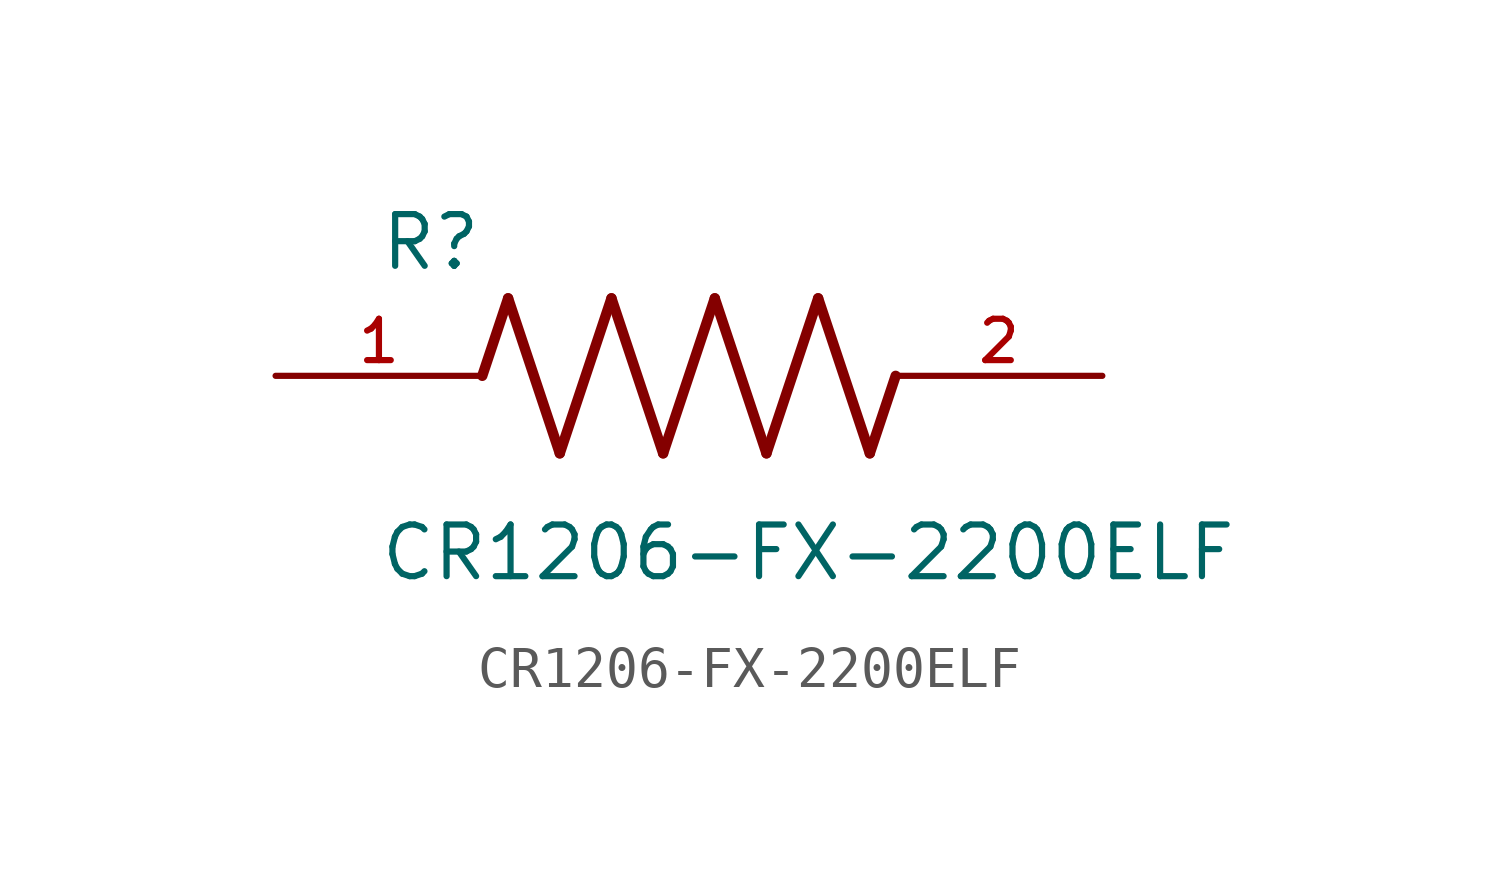
<source format=kicad_sym>
(kicad_symbol_lib
  (version 20211014)
  (generator kicad_symbol_editor)
  (symbol "CR1206-FX-2200ELF"
    (pin_names
      (offset 1.016))
    (property "Reference" "R"
      (at -7.624 2.541 0)
      (effects (font (size 1.27 1.27)) (justify bottom left)))
    (property "Value" "CR1206-FX-2200ELF"
      (at -7.63 -5.087 0)
      (effects (font (size 1.27 1.27)) (justify bottom left)))
    (symbol "CR1206-FX-2200ELF_0_0"
      (polyline (pts (xy -5.08 0.0) (xy -4.445 1.905)) (stroke (width 0.254)))
      (polyline (pts (xy -4.445 1.905) (xy -3.175 -1.905)) (stroke (width 0.254)))
      (polyline (pts (xy -3.175 -1.905) (xy -1.905 1.905)) (stroke (width 0.254)))
      (polyline (pts (xy -1.905 1.905) (xy -0.635 -1.905)) (stroke (width 0.254)))
      (polyline (pts (xy -0.635 -1.905) (xy 0.635 1.905)) (stroke (width 0.254)))
      (polyline (pts (xy 0.635 1.905) (xy 1.905 -1.905)) (stroke (width 0.254)))
      (polyline (pts (xy 1.905 -1.905) (xy 3.175 1.905)) (stroke (width 0.254)))
      (polyline (pts (xy 3.175 1.905) (xy 4.445 -1.905)) (stroke (width 0.254)))
      (polyline (pts (xy 4.445 -1.905) (xy 5.08 0.0)) (stroke (width 0.254)))
      (pin passive line (at -10.16 0.0 0) (length 5.08) (name "~" (effects (font (size 1.016 1.016)))) (number "1" (effects (font (size 1.016 1.016)))))
      (pin passive line (at 10.16 0.0 180.0) (length 5.08) (name "~" (effects (font (size 1.016 1.016)))) (number "2" (effects (font (size 1.016 1.016))))))))
</source>
